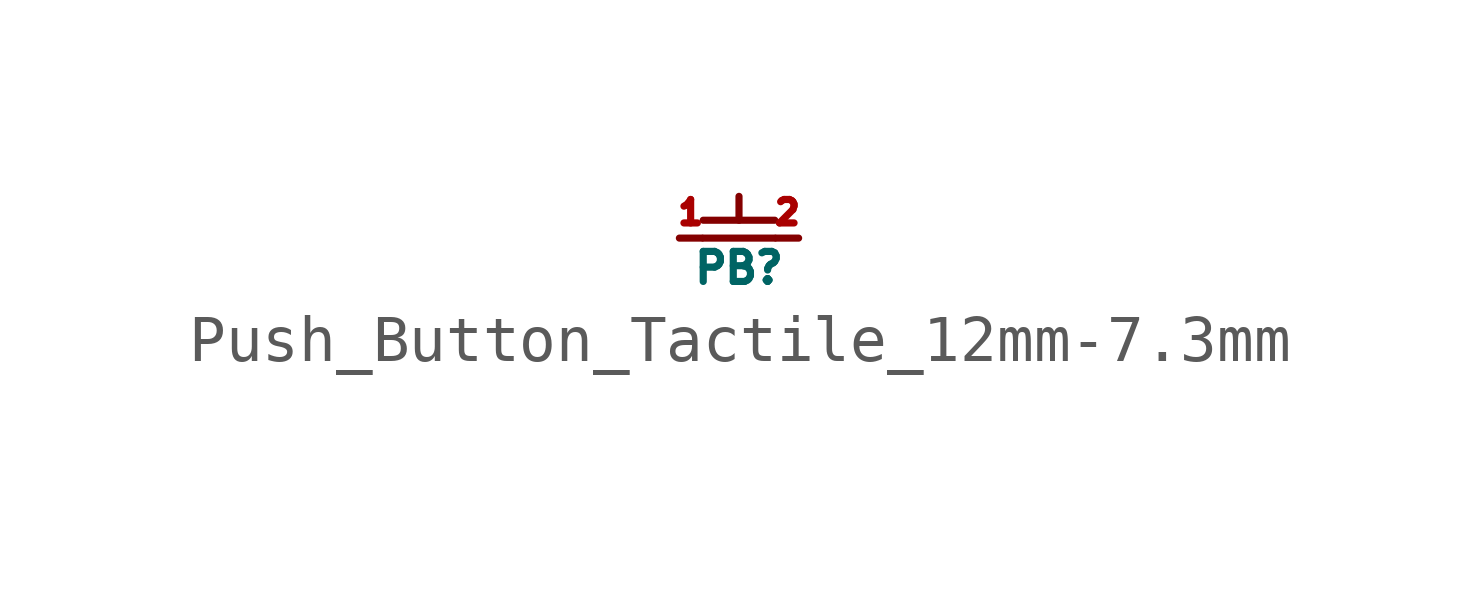
<source format=kicad_sym>
(kicad_symbol_lib
  (version 20211014)
  (generator kicad_symbol_editor)
  (symbol "Push_Button_Tactile_12mm-7.3mm"
    (property "Reference" "PB"
      (at 0 -0.635 0)
      (effects (font (size 0.64 0.64))))
    (symbol "Push_Button_Tactile_12mm-7.3mm_0_1"
      (polyline (pts (xy -0.762 0) (xy 0.762 0)) (stroke (width 0) (type default) (color 0 0 0 0)) (fill (type none)))
      (polyline (pts (xy -0.762 0.381) (xy 0.762 0.381)) (stroke (width 0) (type default) (color 0 0 0 0)) (fill (type none)))
      (polyline (pts (xy 0 0.381) (xy 0 0.889)) (stroke (width 0) (type default) (color 0 0 0 0)) (fill (type none))))
    (symbol "Push_Button_Tactile_12mm-7.3mm_1_1"
      (pin passive line (at -1.27 0 0) (length 0.48) (name "" (effects (font (size 1.27 1.27)))) (number "1" (effects (font (size 0.5 0.5)))))
      (pin passive line (at 1.27 0 180) (length 0.48) (name "" (effects (font (size 1.27 1.27)))) (number "2" (effects (font (size 0.5 0.5))))))))
</source>
